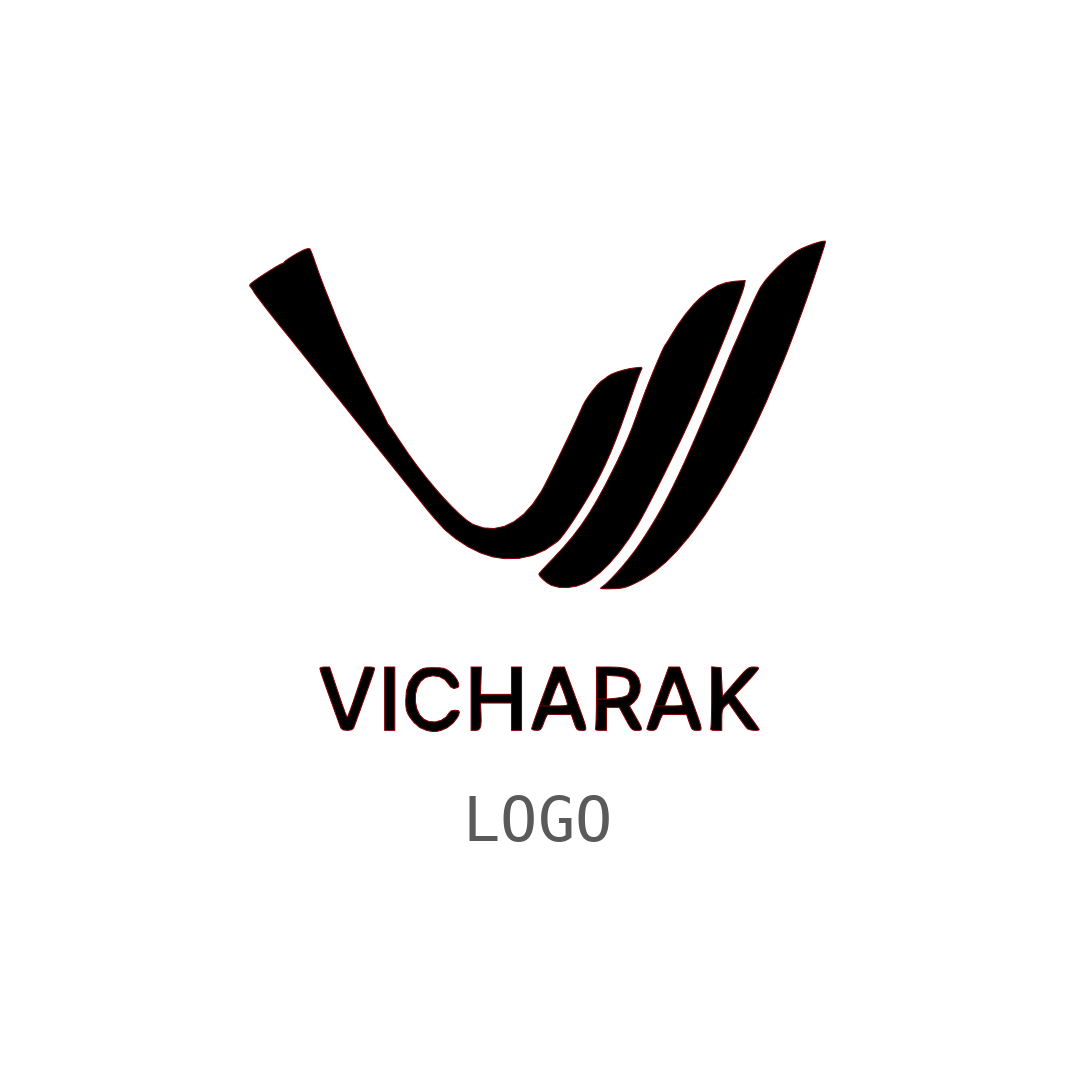
<source format=kicad_sym>
(kicad_symbol_lib
  (version 20231120)
  (generator "kicad_symbol_editor")
  (generator_version "8.0")
  (symbol "LOGO"
    (pin_names
      (offset 1.016))
    (property "Reference" "#G"
      (at 0 5.37 0)
      (effects (font (size 1.27 1.27)) (hide yes)))
    (symbol "LOGO_1_0"
      (polyline (pts (xy -2.972 -4.503) (xy -2.972 -3.843) (xy -3.077 -3.843) (xy -3.183 -3.843) (xy -3.183 -4.503) (xy -3.183 -5.164) (xy -3.077 -5.164) (xy -2.972 -5.164) (xy -2.972 -4.503)) (stroke (width 0.01) (type default)) (fill (type color) (color 0 0 0 1)))
      (polyline (pts (xy -1.239 -5.157) (xy -1.2 -5.127) (xy -1.179 -5.064) (xy -1.172 -4.96) (xy -1.176 -4.806) (xy -1.186 -4.593) (xy -0.863 -4.593) (xy -0.54 -4.594) (xy -0.54 -4.879) (xy -0.54 -5.164) (xy -0.435 -5.164) (xy -0.33 -5.164) (xy -0.33 -4.503) (xy -0.33 -3.843) (xy -0.435 -3.843) (xy -0.54 -3.843) (xy -0.54 -4.128) (xy -0.54 -4.413) (xy -0.863 -4.413) (xy -1.186 -4.414) (xy -1.176 -4.128) (xy -1.167 -3.843) (xy -1.274 -3.843) (xy -1.381 -3.843) (xy -1.381 -4.503) (xy -1.381 -5.164) (xy -1.292 -5.164) (xy -1.239 -5.157)) (stroke (width 0.01) (type default)) (fill (type color) (color 0 0 0 1)))
      (polyline (pts (xy -3.952 -5.164) (xy -3.868 -5.151) (xy -3.829 -5.112) (xy -3.821 -5.089) (xy -3.792 -5.012) (xy -3.75 -4.896) (xy -3.698 -4.752) (xy -3.64 -4.591) (xy -3.58 -4.425) (xy -3.522 -4.263) (xy -3.471 -4.119) (xy -3.463 -4.097) (xy -3.427 -3.992) (xy -3.402 -3.911) (xy -3.393 -3.871) (xy -3.393 -3.868) (xy -3.426 -3.85) (xy -3.494 -3.843) (xy -3.595 -3.843) (xy -3.771 -4.368) (xy -3.826 -4.532) (xy -3.877 -4.677) (xy -3.919 -4.792) (xy -3.949 -4.867) (xy -3.963 -4.894) (xy -3.977 -4.867) (xy -4.007 -4.793) (xy -4.048 -4.679) (xy -4.099 -4.535) (xy -4.155 -4.368) (xy -4.331 -3.843) (xy -4.432 -3.843) (xy -4.443 -3.843) (xy -4.507 -3.852) (xy -4.534 -3.871) (xy -4.533 -3.875) (xy -4.52 -3.924) (xy -4.493 -4.011) (xy -4.455 -4.119) (xy -4.427 -4.199) (xy -4.372 -4.354) (xy -4.312 -4.52) (xy -4.253 -4.684) (xy -4.198 -4.837) (xy -4.151 -4.966) (xy -4.116 -5.062) (xy -4.097 -5.112) (xy -4.095 -5.117) (xy -4.052 -5.153) (xy -3.963 -5.164) (xy -3.952 -5.164)) (stroke (width 0.01) (type default)) (fill (type color) (color 0 0 0 1)))
      (polyline (pts (xy 4.598 -5.162) (xy 4.624 -5.148) (xy 4.621 -5.141) (xy 4.591 -5.096) (xy 4.535 -5.016) (xy 4.457 -4.909) (xy 4.365 -4.784) (xy 4.107 -4.437) (xy 4.226 -4.312) (xy 4.268 -4.268) (xy 4.391 -4.136) (xy 4.492 -4.023) (xy 4.565 -3.937) (xy 4.603 -3.885) (xy 4.609 -3.864) (xy 4.583 -3.847) (xy 4.508 -3.843) (xy 4.506 -3.843) (xy 4.457 -3.846) (xy 4.414 -3.858) (xy 4.368 -3.888) (xy 4.31 -3.941) (xy 4.232 -4.026) (xy 4.124 -4.15) (xy 3.858 -4.457) (xy 3.843 -4.158) (xy 3.828 -3.858) (xy 3.73 -3.849) (xy 3.633 -3.839) (xy 3.633 -4.454) (xy 3.633 -4.495) (xy 3.632 -4.681) (xy 3.629 -4.845) (xy 3.625 -4.979) (xy 3.62 -5.073) (xy 3.615 -5.117) (xy 3.612 -5.144) (xy 3.642 -5.16) (xy 3.72 -5.164) (xy 3.843 -5.164) (xy 3.843 -4.944) (xy 3.845 -4.828) (xy 3.855 -4.751) (xy 3.877 -4.7) (xy 3.915 -4.657) (xy 3.986 -4.59) (xy 4.161 -4.839) (xy 4.211 -4.91) (xy 4.284 -5.01) (xy 4.341 -5.087) (xy 4.373 -5.127) (xy 4.399 -5.141) (xy 4.463 -5.157) (xy 4.537 -5.165) (xy 4.598 -5.162)) (stroke (width 0.01) (type default)) (fill (type color) (color 0 0 0 1)))
      (polyline (pts (xy 1.441 -4.924) (xy 1.441 -4.684) (xy 1.574 -4.684) (xy 1.707 -4.684) (xy 1.837 -4.924) (xy 1.842 -4.933) (xy 1.903 -5.044) (xy 1.947 -5.112) (xy 1.984 -5.147) (xy 2.024 -5.162) (xy 2.078 -5.164) (xy 2.13 -5.163) (xy 2.163 -5.153) (xy 2.171 -5.126) (xy 2.153 -5.074) (xy 2.107 -4.987) (xy 2.033 -4.856) (xy 1.917 -4.654) (xy 2.009 -4.577) (xy 2.084 -4.487) (xy 2.136 -4.356) (xy 2.145 -4.215) (xy 2.11 -4.08) (xy 2.032 -3.968) (xy 2.023 -3.96) (xy 1.94 -3.905) (xy 1.831 -3.869) (xy 1.687 -3.849) (xy 1.494 -3.843) (xy 1.231 -3.843) (xy 1.231 -4.456) (xy 1.231 -4.496) (xy 1.231 -4.512) (xy 1.441 -4.512) (xy 1.441 -4.264) (xy 1.441 -4.016) (xy 1.637 -4.029) (xy 1.684 -4.032) (xy 1.811 -4.055) (xy 1.884 -4.093) (xy 1.918 -4.152) (xy 1.934 -4.25) (xy 1.923 -4.35) (xy 1.884 -4.425) (xy 1.862 -4.441) (xy 1.772 -4.473) (xy 1.637 -4.494) (xy 1.441 -4.512) (xy 1.231 -4.512) (xy 1.23 -4.681) (xy 1.227 -4.845) (xy 1.223 -4.979) (xy 1.218 -5.073) (xy 1.213 -5.117) (xy 1.21 -5.144) (xy 1.24 -5.16) (xy 1.318 -5.164) (xy 1.441 -5.164) (xy 1.441 -4.924)) (stroke (width 0.01) (type default)) (fill (type color) (color 0 0 0 1)))
      (polyline (pts (xy 0.994 -5.159) (xy 1.008 -5.142) (xy 1.009 -5.107) (xy 0.996 -5.047) (xy 0.968 -4.957) (xy 0.923 -4.829) (xy 0.861 -4.658) (xy 0.78 -4.436) (xy 0.563 -3.843) (xy 0.451 -3.843) (xy 0.339 -3.843) (xy 0.11 -4.471) (xy 0.078 -4.556) (xy 0.043 -4.654) (xy 0.248 -4.654) (xy 0.342 -4.399) (xy 0.363 -4.342) (xy 0.404 -4.24) (xy 0.436 -4.17) (xy 0.454 -4.144) (xy 0.465 -4.16) (xy 0.492 -4.221) (xy 0.526 -4.309) (xy 0.563 -4.411) (xy 0.597 -4.509) (xy 0.621 -4.588) (xy 0.63 -4.632) (xy 0.606 -4.642) (xy 0.537 -4.651) (xy 0.439 -4.654) (xy 0.248 -4.654) (xy 0.043 -4.654) (xy 0.015 -4.733) (xy -0.04 -4.887) (xy -0.082 -5.011) (xy -0.11 -5.095) (xy -0.12 -5.131) (xy -0.12 -5.134) (xy -0.089 -5.155) (xy -0.022 -5.164) (xy 0.031 -5.16) (xy 0.069 -5.14) (xy 0.1 -5.09) (xy 0.136 -4.996) (xy 0.165 -4.92) (xy 0.197 -4.855) (xy 0.218 -4.83) (xy 0.221 -4.831) (xy 0.271 -4.832) (xy 0.36 -4.833) (xy 0.474 -4.834) (xy 0.708 -4.834) (xy 0.764 -4.999) (xy 0.797 -5.089) (xy 0.827 -5.14) (xy 0.864 -5.16) (xy 0.924 -5.164) (xy 0.934 -5.164) (xy 0.969 -5.164) (xy 0.994 -5.159)) (stroke (width 0.01) (type default)) (fill (type color) (color 0 0 0 1)))
      (polyline (pts (xy 3.396 -5.159) (xy 3.41 -5.142) (xy 3.411 -5.107) (xy 3.398 -5.047) (xy 3.37 -4.957) (xy 3.325 -4.829) (xy 3.263 -4.658) (xy 3.182 -4.436) (xy 2.965 -3.843) (xy 2.852 -3.843) (xy 2.74 -3.843) (xy 2.511 -4.474) (xy 2.479 -4.563) (xy 2.446 -4.654) (xy 2.65 -4.654) (xy 2.743 -4.399) (xy 2.765 -4.342) (xy 2.806 -4.24) (xy 2.838 -4.17) (xy 2.856 -4.144) (xy 2.867 -4.16) (xy 2.894 -4.221) (xy 2.928 -4.309) (xy 2.965 -4.411) (xy 2.999 -4.509) (xy 3.023 -4.588) (xy 3.032 -4.632) (xy 3.008 -4.642) (xy 2.939 -4.651) (xy 2.841 -4.654) (xy 2.65 -4.654) (xy 2.446 -4.654) (xy 2.416 -4.739) (xy 2.361 -4.893) (xy 2.319 -5.016) (xy 2.292 -5.1) (xy 2.282 -5.135) (xy 2.282 -5.137) (xy 2.313 -5.156) (xy 2.38 -5.164) (xy 2.433 -5.16) (xy 2.471 -5.14) (xy 2.502 -5.09) (xy 2.538 -4.996) (xy 2.567 -4.92) (xy 2.599 -4.855) (xy 2.619 -4.83) (xy 2.623 -4.831) (xy 2.673 -4.832) (xy 2.762 -4.833) (xy 2.876 -4.834) (xy 3.11 -4.834) (xy 3.166 -4.999) (xy 3.199 -5.089) (xy 3.228 -5.14) (xy 3.266 -5.16) (xy 3.326 -5.164) (xy 3.336 -5.164) (xy 3.371 -5.164) (xy 3.396 -5.159)) (stroke (width 0.01) (type default)) (fill (type color) (color 0 0 0 1)))
      (polyline (pts (xy -2.098 -5.185) (xy -2.005 -5.163) (xy -1.879 -5.107) (xy -1.754 -5.009) (xy -1.665 -4.892) (xy -1.642 -4.844) (xy -1.625 -4.781) (xy -1.65 -4.751) (xy -1.719 -4.744) (xy -1.722 -4.744) (xy -1.802 -4.759) (xy -1.847 -4.809) (xy -1.902 -4.886) (xy -2.005 -4.955) (xy -2.128 -4.988) (xy -2.255 -4.982) (xy -2.367 -4.932) (xy -2.452 -4.843) (xy -2.514 -4.713) (xy -2.543 -4.565) (xy -2.54 -4.412) (xy -2.505 -4.269) (xy -2.438 -4.149) (xy -2.34 -4.067) (xy -2.314 -4.055) (xy -2.179 -4.025) (xy -2.045 -4.043) (xy -1.929 -4.104) (xy -1.846 -4.204) (xy -1.808 -4.258) (xy -1.738 -4.292) (xy -1.657 -4.267) (xy -1.64 -4.247) (xy -1.641 -4.186) (xy -1.676 -4.106) (xy -1.738 -4.021) (xy -1.818 -3.945) (xy -1.829 -3.937) (xy -1.892 -3.895) (xy -1.956 -3.871) (xy -2.038 -3.86) (xy -2.161 -3.858) (xy -2.208 -3.858) (xy -2.313 -3.862) (xy -2.385 -3.876) (xy -2.445 -3.906) (xy -2.514 -3.956) (xy -2.583 -4.02) (xy -2.676 -4.16) (xy -2.729 -4.335) (xy -2.744 -4.552) (xy -2.741 -4.642) (xy -2.729 -4.738) (xy -2.702 -4.815) (xy -2.654 -4.895) (xy -2.571 -5.002) (xy -2.447 -5.107) (xy -2.308 -5.164) (xy -2.263 -5.174) (xy -2.173 -5.188) (xy -2.098 -5.185)) (stroke (width 0.01) (type default)) (fill (type color) (color 0 0 0 1)))
      (polyline (pts (xy 0.819 -2.157) (xy 0.992 -2.095) (xy 1.111 -2.027) (xy 1.304 -1.878) (xy 1.505 -1.682) (xy 1.707 -1.445) (xy 1.905 -1.175) (xy 2.092 -0.877) (xy 2.151 -0.773) (xy 2.258 -0.576) (xy 2.381 -0.34) (xy 2.516 -0.076) (xy 2.657 0.206) (xy 2.799 0.496) (xy 2.938 0.783) (xy 3.068 1.058) (xy 3.184 1.311) (xy 3.282 1.531) (xy 3.41 1.83) (xy 3.542 2.143) (xy 3.672 2.453) (xy 3.795 2.752) (xy 3.911 3.036) (xy 4.016 3.299) (xy 4.109 3.535) (xy 4.187 3.738) (xy 4.248 3.904) (xy 4.29 4.026) (xy 4.31 4.098) (xy 4.332 4.212) (xy 4.119 4.197) (xy 3.936 4.169) (xy 3.753 4.104) (xy 3.573 3.997) (xy 3.382 3.841) (xy 3.253 3.71) (xy 3.086 3.51) (xy 2.923 3.284) (xy 2.776 3.047) (xy 2.738 2.983) (xy 2.696 2.915) (xy 2.672 2.882) (xy 2.665 2.874) (xy 2.634 2.818) (xy 2.587 2.719) (xy 2.529 2.585) (xy 2.461 2.427) (xy 2.389 2.253) (xy 2.317 2.074) (xy 2.248 1.897) (xy 2.186 1.733) (xy 2.135 1.591) (xy 2.058 1.372) (xy 1.974 1.144) (xy 1.887 0.931) (xy 1.792 0.715) (xy 1.682 0.48) (xy 1.548 0.21) (xy 1.403 -0.073) (xy 1.233 -0.383) (xy 1.068 -0.657) (xy 0.901 -0.904) (xy 0.724 -1.136) (xy 0.53 -1.363) (xy 0.312 -1.597) (xy 0.284 -1.625) (xy 0.185 -1.73) (xy 0.104 -1.817) (xy 0.05 -1.878) (xy 0.03 -1.904) (xy 0.031 -1.91) (xy 0.061 -1.96) (xy 0.124 -2.024) (xy 0.204 -2.088) (xy 0.285 -2.137) (xy 0.299 -2.143) (xy 0.453 -2.182) (xy 0.632 -2.187) (xy 0.819 -2.157)) (stroke (width 0.01) (type default)) (fill (type color) (color 0 0 0 1)))
      (polyline (pts (xy 1.547 -2.212) (xy 1.657 -2.208) (xy 1.762 -2.197) (xy 1.852 -2.176) (xy 1.949 -2.138) (xy 2.077 -2.076) (xy 2.212 -2.004) (xy 2.445 -1.851) (xy 2.674 -1.66) (xy 2.906 -1.425) (xy 3.149 -1.141) (xy 3.254 -1.007) (xy 3.506 -0.654) (xy 3.764 -0.253) (xy 4.023 0.188) (xy 4.279 0.663) (xy 4.529 1.162) (xy 4.767 1.679) (xy 4.991 2.207) (xy 5.012 2.258) (xy 5.057 2.368) (xy 5.095 2.457) (xy 5.101 2.469) (xy 5.152 2.594) (xy 5.219 2.763) (xy 5.296 2.965) (xy 5.381 3.191) (xy 5.468 3.428) (xy 5.555 3.666) (xy 5.636 3.894) (xy 5.709 4.102) (xy 5.768 4.278) (xy 5.842 4.502) (xy 5.899 4.676) (xy 5.941 4.806) (xy 5.971 4.898) (xy 5.989 4.96) (xy 6 4.997) (xy 6.003 5.017) (xy 6.002 5.026) (xy 5.998 5.031) (xy 5.99 5.034) (xy 5.936 5.029) (xy 5.846 5.006) (xy 5.734 4.97) (xy 5.616 4.925) (xy 5.504 4.877) (xy 5.414 4.831) (xy 5.319 4.767) (xy 5.17 4.647) (xy 5.014 4.502) (xy 4.865 4.348) (xy 4.738 4.198) (xy 4.647 4.066) (xy 4.62 4.016) (xy 4.561 3.899) (xy 4.49 3.748) (xy 4.414 3.579) (xy 4.338 3.406) (xy 4.284 3.28) (xy 4.221 3.132) (xy 4.168 3.01) (xy 4.13 2.924) (xy 4.11 2.882) (xy 4.101 2.862) (xy 4.07 2.79) (xy 4.023 2.68) (xy 3.965 2.542) (xy 3.901 2.387) (xy 3.878 2.332) (xy 3.683 1.86) (xy 3.506 1.438) (xy 3.346 1.063) (xy 3.2 0.728) (xy 3.067 0.428) (xy 2.942 0.16) (xy 2.825 -0.082) (xy 2.713 -0.303) (xy 2.604 -0.508) (xy 2.494 -0.701) (xy 2.382 -0.888) (xy 2.266 -1.073) (xy 2.143 -1.261) (xy 2.049 -1.395) (xy 1.924 -1.56) (xy 1.79 -1.724) (xy 1.655 -1.879) (xy 1.528 -2.013) (xy 1.419 -2.118) (xy 1.335 -2.183) (xy 1.326 -2.188) (xy 1.317 -2.203) (xy 1.346 -2.211) (xy 1.42 -2.214) (xy 1.547 -2.212)) (stroke (width 0.01) (type default)) (fill (type color) (color 0 0 0 1)))
      (polyline (pts (xy -0.391 -1.58) (xy -0.102 -1.518) (xy 0.17 -1.399) (xy 0.422 -1.225) (xy 0.467 -1.179) (xy 0.548 -1.078) (xy 0.648 -0.94) (xy 0.76 -0.774) (xy 0.88 -0.588) (xy 1.001 -0.392) (xy 1.118 -0.194) (xy 1.225 -0.003) (xy 1.317 0.172) (xy 1.419 0.383) (xy 1.522 0.616) (xy 1.626 0.872) (xy 1.736 1.163) (xy 1.856 1.501) (xy 1.94 1.74) (xy 2.007 1.931) (xy 2.059 2.078) (xy 2.099 2.188) (xy 2.129 2.265) (xy 2.151 2.319) (xy 2.168 2.353) (xy 2.171 2.359) (xy 2.181 2.387) (xy 2.165 2.4) (xy 2.112 2.4) (xy 2.011 2.389) (xy 1.915 2.374) (xy 1.775 2.341) (xy 1.642 2.3) (xy 1.532 2.254) (xy 1.464 2.212) (xy 1.413 2.171) (xy 1.342 2.122) (xy 1.317 2.103) (xy 1.244 2.03) (xy 1.157 1.927) (xy 1.071 1.812) (xy 0.997 1.7) (xy 0.948 1.607) (xy 0.944 1.599) (xy 0.885 1.466) (xy 0.808 1.297) (xy 0.717 1.101) (xy 0.616 0.889) (xy 0.511 0.67) (xy 0.407 0.456) (xy 0.308 0.255) (xy 0.22 0.079) (xy 0.147 -0.063) (xy 0.094 -0.161) (xy 0.078 -0.189) (xy -0.097 -0.449) (xy -0.285 -0.658) (xy -0.485 -0.813) (xy -0.692 -0.913) (xy -0.905 -0.957) (xy -1.121 -0.944) (xy -1.336 -0.873) (xy -1.356 -0.862) (xy -1.474 -0.783) (xy -1.617 -0.661) (xy -1.78 -0.503) (xy -1.957 -0.316) (xy -2.142 -0.105) (xy -2.33 0.123) (xy -2.514 0.36) (xy -2.69 0.602) (xy -2.851 0.841) (xy -2.875 0.877) (xy -2.956 0.999) (xy -3.024 1.1) (xy -3.074 1.168) (xy -3.098 1.196) (xy -3.1 1.197) (xy -3.123 1.23) (xy -3.124 1.235) (xy -3.147 1.284) (xy -3.192 1.375) (xy -3.256 1.499) (xy -3.335 1.65) (xy -3.424 1.818) (xy -3.485 1.933) (xy -3.659 2.273) (xy -3.827 2.617) (xy -3.983 2.953) (xy -4.121 3.267) (xy -4.233 3.543) (xy -4.25 3.589) (xy -4.299 3.713) (xy -4.341 3.819) (xy -4.369 3.888) (xy -4.375 3.902) (xy -4.432 4.045) (xy -4.5 4.223) (xy -4.571 4.418) (xy -4.638 4.609) (xy -4.651 4.648) (xy -4.69 4.755) (xy -4.722 4.835) (xy -4.741 4.872) (xy -4.743 4.873) (xy -4.785 4.877) (xy -4.853 4.857) (xy -4.916 4.827) (xy -5.011 4.776) (xy -5.109 4.717) (xy -5.197 4.66) (xy -5.26 4.614) (xy -5.284 4.587) (xy -5.287 4.578) (xy -5.323 4.564) (xy -5.327 4.563) (xy -5.375 4.54) (xy -5.457 4.493) (xy -5.561 4.429) (xy -5.676 4.356) (xy -5.788 4.282) (xy -5.886 4.214) (xy -5.957 4.161) (xy -5.985 4.136) (xy -5.998 4.104) (xy -5.965 4.059) (xy -5.933 4.018) (xy -5.915 3.982) (xy -5.898 3.955) (xy -5.851 3.89) (xy -5.78 3.796) (xy -5.693 3.682) (xy -5.596 3.557) (xy -5.498 3.432) (xy -5.404 3.314) (xy -5.323 3.213) (xy -5.261 3.138) (xy -5.246 3.12) (xy -5.194 3.056) (xy -5.114 2.957) (xy -5.013 2.83) (xy -4.895 2.682) (xy -4.767 2.522) (xy -4.691 2.426) (xy -4.569 2.274) (xy -4.463 2.141) (xy -4.377 2.033) (xy -4.316 1.958) (xy -4.287 1.923) (xy -4.273 1.907) (xy -4.225 1.847) (xy -4.148 1.751) (xy -4.049 1.627) (xy -3.933 1.482) (xy -3.806 1.322) (xy -3.727 1.223) (xy -3.608 1.073) (xy -3.504 0.942) (xy -3.421 0.838) (xy -3.365 0.767) (xy -3.34 0.736) (xy -3.32 0.712) (xy -3.268 0.646) (xy -3.189 0.549) (xy -3.092 0.427) (xy -2.982 0.289) (xy -2.865 0.143) (xy -2.748 -0.003) (xy -2.636 -0.142) (xy -2.537 -0.265) (xy -2.457 -0.366) (xy -2.401 -0.435) (xy -2.377 -0.465) (xy -2.344 -0.507) (xy -2.251 -0.62) (xy -2.15 -0.738) (xy -2.051 -0.85) (xy -1.967 -0.942) (xy -1.909 -1) (xy -1.699 -1.172) (xy -1.442 -1.339) (xy -1.181 -1.467) (xy -0.931 -1.548) (xy -0.692 -1.584) (xy -0.391 -1.58)) (stroke (width 0.01) (type default)) (fill (type color) (color 0 0 0 1))))))
</source>
